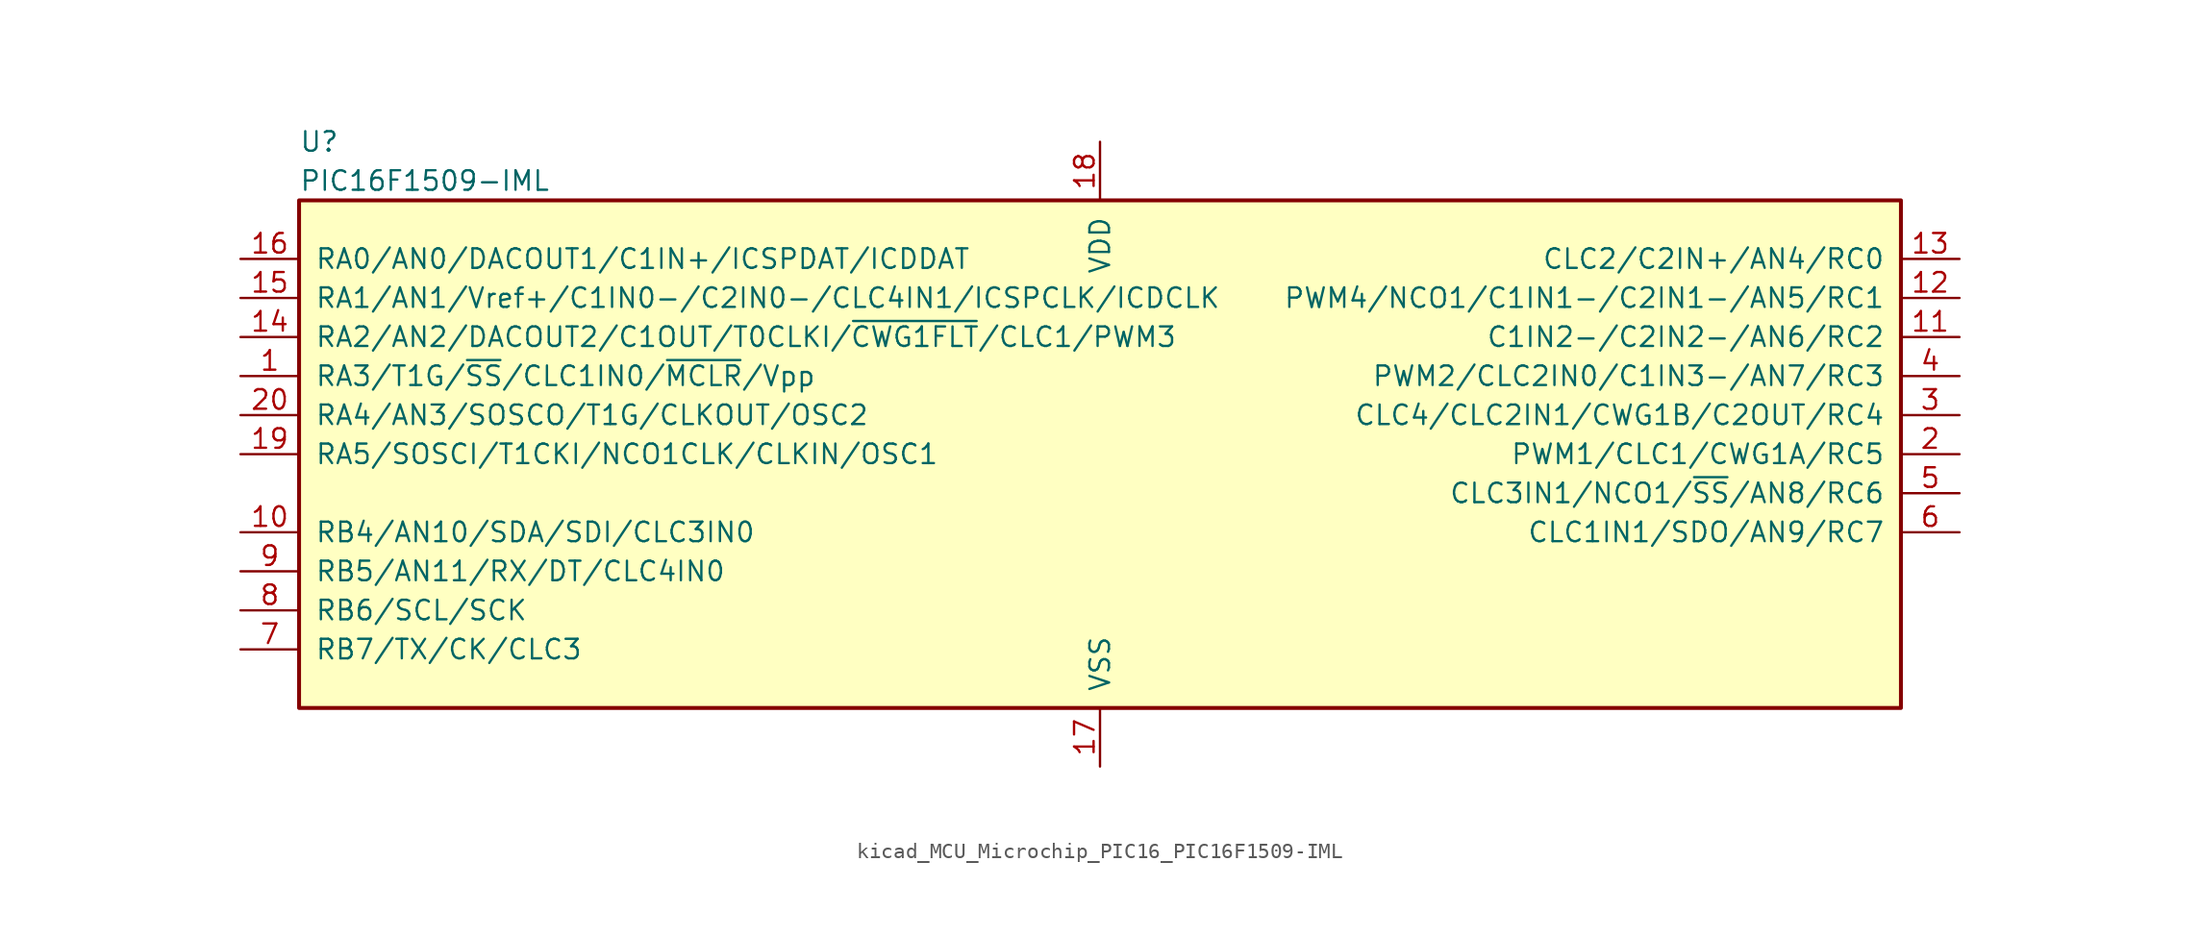
<source format=kicad_sym>
(kicad_symbol_lib
  (version 20220914)
  (generator kicad_symbol_editor)
  (symbol "kicad_MCU_Microchip_PIC16_PIC16F1509-IML"
    (pin_names
      (offset 1.016))
    (property "Reference" "U"
      (at -52.07 20.32 0)
      (effects (font (size 1.27 1.27)) (justify left)))
    (property "Value" "PIC16F1509-IML"
      (at -52.07 17.78 0)
      (effects (font (size 1.27 1.27)) (justify left)))
    (symbol "kicad_MCU_Microchip_PIC16_PIC16F1509-IML_0_1"
      (rectangle (start -52.07 16.51) (end 52.07 -16.51) (stroke (width 0.254) (type default)) (fill (type background))))
    (symbol "kicad_MCU_Microchip_PIC16_PIC16F1509-IML_1_1"
      (pin input line (at -55.88 5.08 0) (length 3.81) (name "RA3/T1G/~{SS}/CLC1IN0/~{MCLR}/Vpp" (effects (font (size 1.27 1.27)))) (number "1" (effects (font (size 1.27 1.27)))))
      (pin bidirectional line (at -55.88 -5.08 0) (length 3.81) (name "RB4/AN10/SDA/SDI/CLC3IN0" (effects (font (size 1.27 1.27)))) (number "10" (effects (font (size 1.27 1.27)))))
      (pin bidirectional line (at 55.88 7.62 180) (length 3.81) (name "C1IN2-/C2IN2-/AN6/RC2" (effects (font (size 1.27 1.27)))) (number "11" (effects (font (size 1.27 1.27)))))
      (pin bidirectional line (at 55.88 10.16 180) (length 3.81) (name "PWM4/NCO1/C1IN1-/C2IN1-/AN5/RC1" (effects (font (size 1.27 1.27)))) (number "12" (effects (font (size 1.27 1.27)))))
      (pin bidirectional line (at 55.88 12.7 180) (length 3.81) (name "CLC2/C2IN+/AN4/RC0" (effects (font (size 1.27 1.27)))) (number "13" (effects (font (size 1.27 1.27)))))
      (pin bidirectional line (at -55.88 7.62 0) (length 3.81) (name "RA2/AN2/DACOUT2/C1OUT/T0CLKI/~{CWG1FLT}/CLC1/PWM3" (effects (font (size 1.27 1.27)))) (number "14" (effects (font (size 1.27 1.27)))))
      (pin bidirectional line (at -55.88 10.16 0) (length 3.81) (name "RA1/AN1/Vref+/C1IN0-/C2IN0-/CLC4IN1/ICSPCLK/ICDCLK" (effects (font (size 1.27 1.27)))) (number "15" (effects (font (size 1.27 1.27)))))
      (pin bidirectional line (at -55.88 12.7 0) (length 3.81) (name "RA0/AN0/DACOUT1/C1IN+/ICSPDAT/ICDDAT" (effects (font (size 1.27 1.27)))) (number "16" (effects (font (size 1.27 1.27)))))
      (pin power_in line (at 0 -20.32 90) (length 3.81) (name "VSS" (effects (font (size 1.27 1.27)))) (number "17" (effects (font (size 1.27 1.27)))))
      (pin power_in line (at 0 20.32 270) (length 3.81) (name "VDD" (effects (font (size 1.27 1.27)))) (number "18" (effects (font (size 1.27 1.27)))))
      (pin bidirectional line (at -55.88 0 0) (length 3.81) (name "RA5/SOSCI/T1CKI/NCO1CLK/CLKIN/OSC1" (effects (font (size 1.27 1.27)))) (number "19" (effects (font (size 1.27 1.27)))))
      (pin bidirectional line (at 55.88 0 180) (length 3.81) (name "PWM1/CLC1/CWG1A/RC5" (effects (font (size 1.27 1.27)))) (number "2" (effects (font (size 1.27 1.27)))))
      (pin bidirectional line (at -55.88 2.54 0) (length 3.81) (name "RA4/AN3/SOSCO/T1G/CLKOUT/OSC2" (effects (font (size 1.27 1.27)))) (number "20" (effects (font (size 1.27 1.27)))))
      (pin bidirectional line (at 55.88 2.54 180) (length 3.81) (name "CLC4/CLC2IN1/CWG1B/C2OUT/RC4" (effects (font (size 1.27 1.27)))) (number "3" (effects (font (size 1.27 1.27)))))
      (pin bidirectional line (at 55.88 5.08 180) (length 3.81) (name "PWM2/CLC2IN0/C1IN3-/AN7/RC3" (effects (font (size 1.27 1.27)))) (number "4" (effects (font (size 1.27 1.27)))))
      (pin bidirectional line (at 55.88 -2.54 180) (length 3.81) (name "CLC3IN1/NCO1/~{SS}/AN8/RC6" (effects (font (size 1.27 1.27)))) (number "5" (effects (font (size 1.27 1.27)))))
      (pin bidirectional line (at 55.88 -5.08 180) (length 3.81) (name "CLC1IN1/SDO/AN9/RC7" (effects (font (size 1.27 1.27)))) (number "6" (effects (font (size 1.27 1.27)))))
      (pin bidirectional line (at -55.88 -12.7 0) (length 3.81) (name "RB7/TX/CK/CLC3" (effects (font (size 1.27 1.27)))) (number "7" (effects (font (size 1.27 1.27)))))
      (pin bidirectional line (at -55.88 -10.16 0) (length 3.81) (name "RB6/SCL/SCK" (effects (font (size 1.27 1.27)))) (number "8" (effects (font (size 1.27 1.27)))))
      (pin bidirectional line (at -55.88 -7.62 0) (length 3.81) (name "RB5/AN11/RX/DT/CLC4IN0" (effects (font (size 1.27 1.27)))) (number "9" (effects (font (size 1.27 1.27))))))))
</source>
